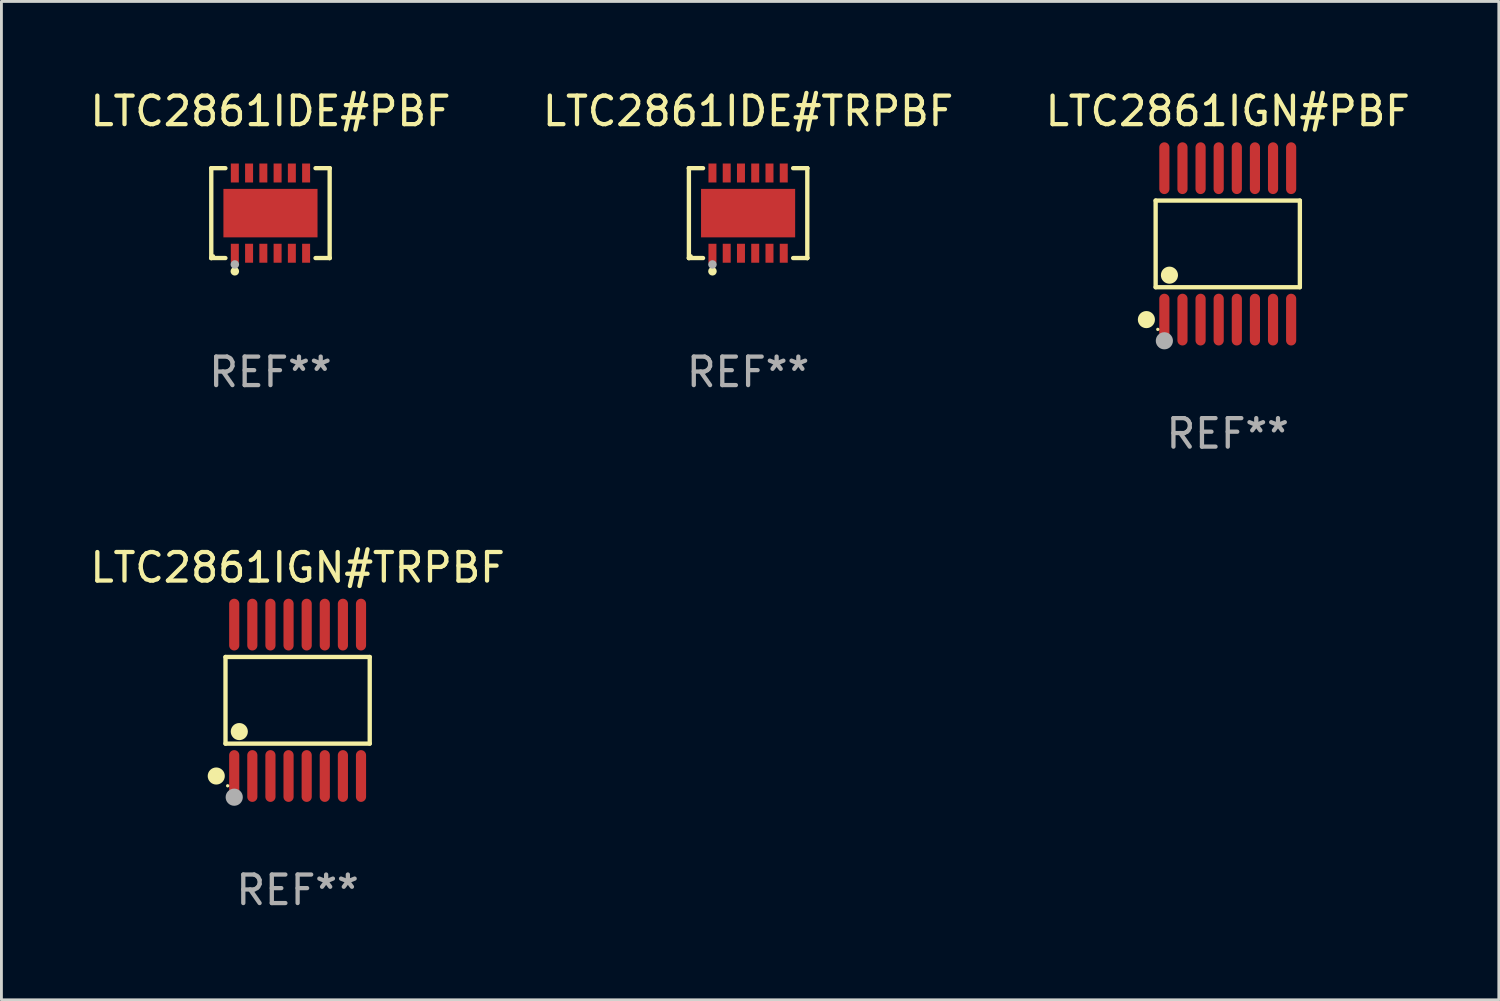
<source format=kicad_pcb>
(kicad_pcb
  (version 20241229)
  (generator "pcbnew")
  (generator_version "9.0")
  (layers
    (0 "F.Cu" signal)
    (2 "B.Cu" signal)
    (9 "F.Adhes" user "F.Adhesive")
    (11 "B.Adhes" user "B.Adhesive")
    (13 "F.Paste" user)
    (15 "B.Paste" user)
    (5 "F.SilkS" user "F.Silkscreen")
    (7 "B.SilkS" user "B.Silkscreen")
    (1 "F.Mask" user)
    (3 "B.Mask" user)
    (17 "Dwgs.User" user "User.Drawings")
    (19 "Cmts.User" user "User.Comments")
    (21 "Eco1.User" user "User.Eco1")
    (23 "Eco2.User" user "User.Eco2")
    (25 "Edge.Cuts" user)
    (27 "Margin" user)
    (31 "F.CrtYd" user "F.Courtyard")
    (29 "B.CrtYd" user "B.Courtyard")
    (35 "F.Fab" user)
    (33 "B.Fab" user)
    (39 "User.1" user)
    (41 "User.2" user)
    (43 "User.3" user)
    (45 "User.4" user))
  (footprint "LTC2861IGN#TRPBF"
    (layer "F.Cu")
    (at 7.387 21.509)
    (property "Reference" "LTC2861IGN#TRPBF" (at 0 -4.655 0) (layer "F.SilkS") (effects (font (size 1 1) (thickness 0.15))))
    (attr through_hole)
    (fp_line (start -2.529 -1.519) (end 2.529 -1.519) (stroke (width 0.152) (type solid)) (layer "F.SilkS"))
    (fp_line (start -2.529 1.519) (end -2.529 -1.519) (stroke (width 0.152) (type solid)) (layer "F.SilkS"))
    (fp_line (start 2.529 -1.519) (end 2.529 1.519) (stroke (width 0.152) (type solid)) (layer "F.SilkS"))
    (fp_line (start 2.529 1.519) (end -2.529 1.519) (stroke (width 0.152) (type solid)) (layer "F.SilkS"))
    (fp_circle (center -2.853 2.655) (end -2.703 2.655) (stroke (width 0.3) (type solid)) (fill no) (layer "F.SilkS"))
    (fp_circle (center -2.453 2.998) (end -2.423 2.998) (stroke (width 0.06) (type solid)) (fill no) (layer "F.SilkS"))
    (fp_circle (center -2.045 1.097) (end -1.895 1.097) (stroke (width 0.3) (type solid)) (fill no) (layer "F.SilkS"))
    (fp_circle (center -2.223 3.398) (end -2.072 3.398) (stroke (width 0.3) (type solid)) (fill no) (layer "F.Fab"))
    (fp_text user "REF**" (at 0 6.655 0) (layer "F.Fab") (effects (font (size 1 1) (thickness 0.15))))
    (pad "1" smd oval (at -2.223 2.655) (size 0.356 1.815) (layers "F.Cu" "F.Mask" "F.Paste"))
    (pad "2" smd oval (at -1.588 2.655) (size 0.356 1.815) (layers "F.Cu" "F.Mask" "F.Paste"))
    (pad "3" smd oval (at -0.953 2.655) (size 0.356 1.815) (layers "F.Cu" "F.Mask" "F.Paste"))
    (pad "4" smd oval (at -0.318 2.655) (size 0.356 1.815) (layers "F.Cu" "F.Mask" "F.Paste"))
    (pad "5" smd oval (at 0.318 2.655) (size 0.356 1.815) (layers "F.Cu" "F.Mask" "F.Paste"))
    (pad "6" smd oval (at 0.953 2.655) (size 0.356 1.815) (layers "F.Cu" "F.Mask" "F.Paste"))
    (pad "7" smd oval (at 1.588 2.655) (size 0.356 1.815) (layers "F.Cu" "F.Mask" "F.Paste"))
    (pad "8" smd oval (at 2.223 2.655) (size 0.356 1.815) (layers "F.Cu" "F.Mask" "F.Paste"))
    (pad "9" smd oval (at 2.223 -2.655) (size 0.356 1.815) (layers "F.Cu" "F.Mask" "F.Paste"))
    (pad "10" smd oval (at 1.588 -2.655) (size 0.356 1.815) (layers "F.Cu" "F.Mask" "F.Paste"))
    (pad "11" smd oval (at 0.953 -2.655) (size 0.356 1.815) (layers "F.Cu" "F.Mask" "F.Paste"))
    (pad "12" smd oval (at 0.318 -2.655) (size 0.356 1.815) (layers "F.Cu" "F.Mask" "F.Paste"))
    (pad "13" smd oval (at -0.318 -2.655) (size 0.356 1.815) (layers "F.Cu" "F.Mask" "F.Paste"))
    (pad "14" smd oval (at -0.953 -2.655) (size 0.356 1.815) (layers "F.Cu" "F.Mask" "F.Paste"))
    (pad "15" smd oval (at -1.588 -2.655) (size 0.356 1.815) (layers "F.Cu" "F.Mask" "F.Paste"))
    (pad "16" smd oval (at -2.223 -2.655) (size 0.356 1.815) (layers "F.Cu" "F.Mask" "F.Paste")))
  (footprint "LTC2861IGN#PBF"
    (layer "F.Cu")
    (at 40.006 5.503)
    (property "Reference" "LTC2861IGN#PBF" (at 0 -4.655 0) (layer "F.SilkS") (effects (font (size 1 1) (thickness 0.15))))
    (attr through_hole)
    (fp_line (start -2.529 -1.519) (end 2.529 -1.519) (stroke (width 0.152) (type solid)) (layer "F.SilkS"))
    (fp_line (start -2.529 1.519) (end -2.529 -1.519) (stroke (width 0.152) (type solid)) (layer "F.SilkS"))
    (fp_line (start 2.529 -1.519) (end 2.529 1.519) (stroke (width 0.152) (type solid)) (layer "F.SilkS"))
    (fp_line (start 2.529 1.519) (end -2.529 1.519) (stroke (width 0.152) (type solid)) (layer "F.SilkS"))
    (fp_circle (center -2.853 2.655) (end -2.703 2.655) (stroke (width 0.3) (type solid)) (fill no) (layer "F.SilkS"))
    (fp_circle (center -2.453 2.998) (end -2.423 2.998) (stroke (width 0.06) (type solid)) (fill no) (layer "F.SilkS"))
    (fp_circle (center -2.045 1.097) (end -1.895 1.097) (stroke (width 0.3) (type solid)) (fill no) (layer "F.SilkS"))
    (fp_circle (center -2.223 3.398) (end -2.072 3.398) (stroke (width 0.3) (type solid)) (fill no) (layer "F.Fab"))
    (fp_text user "REF**" (at 0 6.655 0) (layer "F.Fab") (effects (font (size 1 1) (thickness 0.15))))
    (pad "1" smd oval (at -2.223 2.655) (size 0.356 1.815) (layers "F.Cu" "F.Mask" "F.Paste"))
    (pad "2" smd oval (at -1.588 2.655) (size 0.356 1.815) (layers "F.Cu" "F.Mask" "F.Paste"))
    (pad "3" smd oval (at -0.953 2.655) (size 0.356 1.815) (layers "F.Cu" "F.Mask" "F.Paste"))
    (pad "4" smd oval (at -0.318 2.655) (size 0.356 1.815) (layers "F.Cu" "F.Mask" "F.Paste"))
    (pad "5" smd oval (at 0.318 2.655) (size 0.356 1.815) (layers "F.Cu" "F.Mask" "F.Paste"))
    (pad "6" smd oval (at 0.953 2.655) (size 0.356 1.815) (layers "F.Cu" "F.Mask" "F.Paste"))
    (pad "7" smd oval (at 1.588 2.655) (size 0.356 1.815) (layers "F.Cu" "F.Mask" "F.Paste"))
    (pad "8" smd oval (at 2.223 2.655) (size 0.356 1.815) (layers "F.Cu" "F.Mask" "F.Paste"))
    (pad "9" smd oval (at 2.223 -2.655) (size 0.356 1.815) (layers "F.Cu" "F.Mask" "F.Paste"))
    (pad "10" smd oval (at 1.588 -2.655) (size 0.356 1.815) (layers "F.Cu" "F.Mask" "F.Paste"))
    (pad "11" smd oval (at 0.953 -2.655) (size 0.356 1.815) (layers "F.Cu" "F.Mask" "F.Paste"))
    (pad "12" smd oval (at 0.318 -2.655) (size 0.356 1.815) (layers "F.Cu" "F.Mask" "F.Paste"))
    (pad "13" smd oval (at -0.318 -2.655) (size 0.356 1.815) (layers "F.Cu" "F.Mask" "F.Paste"))
    (pad "14" smd oval (at -0.953 -2.655) (size 0.356 1.815) (layers "F.Cu" "F.Mask" "F.Paste"))
    (pad "15" smd oval (at -1.588 -2.655) (size 0.356 1.815) (layers "F.Cu" "F.Mask" "F.Paste"))
    (pad "16" smd oval (at -2.223 -2.655) (size 0.356 1.815) (layers "F.Cu" "F.Mask" "F.Paste")))
  (footprint "LTC2861IDE#PBF"
    (layer "F.Cu")
    (at 6.435 4.424)
    (property "Reference" "LTC2861IDE#PBF" (at 0 -3.576 0) (layer "F.SilkS") (effects (font (size 1 1) (thickness 0.15))))
    (attr through_hole)
    (fp_line (start -2.076 -1.576) (end -2.076 -1.576) (stroke (width 0.152) (type solid)) (layer "F.SilkS"))
    (fp_line (start -2.076 -1.576) (end -1.58 -1.576) (stroke (width 0.152) (type solid)) (layer "F.SilkS"))
    (fp_line (start -2.076 1.576) (end -2.076 -1.576) (stroke (width 0.152) (type solid)) (layer "F.SilkS"))
    (fp_line (start -2.076 1.576) (end -2.076 1.576) (stroke (width 0.152) (type solid)) (layer "F.SilkS"))
    (fp_line (start -1.58 1.576) (end -2.076 1.576) (stroke (width 0.152) (type solid)) (layer "F.SilkS"))
    (fp_line (start 1.58 1.576) (end 2.076 1.576) (stroke (width 0.152) (type solid)) (layer "F.SilkS"))
    (fp_line (start 2.076 -1.576) (end 1.58 -1.576) (stroke (width 0.152) (type solid)) (layer "F.SilkS"))
    (fp_line (start 2.076 -1.576) (end 2.076 -1.576) (stroke (width 0.152) (type solid)) (layer "F.SilkS"))
    (fp_line (start 2.076 1.576) (end 2.076 -1.576) (stroke (width 0.152) (type solid)) (layer "F.SilkS"))
    (fp_line (start 2.076 1.576) (end 2.076 1.576) (stroke (width 0.152) (type solid)) (layer "F.SilkS"))
    (fp_circle (center -2 1.5) (end -1.97 1.5) (stroke (width 0.06) (type solid)) (fill no) (layer "F.SilkS"))
    (fp_circle (center -1.25 2.04) (end -1.175 2.04) (stroke (width 0.15) (type solid)) (fill no) (layer "F.SilkS"))
    (fp_circle (center -1.25 1.8) (end -1.175 1.8) (stroke (width 0.15) (type solid)) (fill no) (layer "F.Fab"))
    (fp_text user "REF**" (at 0 5.576 0) (layer "F.Fab") (effects (font (size 1 1) (thickness 0.15))))
    (pad "1" smd rect (at -1.25 1.407) (size 0.28 0.665) (layers "F.Cu" "F.Mask" "F.Paste"))
    (pad "2" smd rect (at -0.75 1.407) (size 0.28 0.665) (layers "F.Cu" "F.Mask" "F.Paste"))
    (pad "3" smd rect (at -0.25 1.407) (size 0.28 0.665) (layers "F.Cu" "F.Mask" "F.Paste"))
    (pad "4" smd rect (at 0.25 1.407) (size 0.28 0.665) (layers "F.Cu" "F.Mask" "F.Paste"))
    (pad "5" smd rect (at 0.75 1.407) (size 0.28 0.665) (layers "F.Cu" "F.Mask" "F.Paste"))
    (pad "6" smd rect (at 1.25 1.407) (size 0.28 0.665) (layers "F.Cu" "F.Mask" "F.Paste"))
    (pad "7" smd rect (at 1.25 -1.407) (size 0.28 0.665) (layers "F.Cu" "F.Mask" "F.Paste"))
    (pad "8" smd rect (at 0.75 -1.407) (size 0.28 0.665) (layers "F.Cu" "F.Mask" "F.Paste"))
    (pad "9" smd rect (at 0.25 -1.407) (size 0.28 0.665) (layers "F.Cu" "F.Mask" "F.Paste"))
    (pad "10" smd rect (at -0.25 -1.407) (size 0.28 0.665) (layers "F.Cu" "F.Mask" "F.Paste"))
    (pad "11" smd rect (at -0.75 -1.407) (size 0.28 0.665) (layers "F.Cu" "F.Mask" "F.Paste"))
    (pad "12" smd rect (at -1.25 -1.407) (size 0.28 0.665) (layers "F.Cu" "F.Mask" "F.Paste"))
    (pad "13" smd rect (at 0 0) (size 3.3 1.7) (layers "F.Cu" "F.Mask" "F.Paste")))
  (footprint "LTC2861IDE#TRPBF"
    (layer "F.Cu")
    (at 23.185 4.424)
    (property "Reference" "LTC2861IDE#TRPBF" (at 0 -3.576 0) (layer "F.SilkS") (effects (font (size 1 1) (thickness 0.15))))
    (attr through_hole)
    (fp_line (start -2.076 -1.576) (end -2.076 -1.576) (stroke (width 0.152) (type solid)) (layer "F.SilkS"))
    (fp_line (start -2.076 -1.576) (end -1.58 -1.576) (stroke (width 0.152) (type solid)) (layer "F.SilkS"))
    (fp_line (start -2.076 1.576) (end -2.076 -1.576) (stroke (width 0.152) (type solid)) (layer "F.SilkS"))
    (fp_line (start -2.076 1.576) (end -2.076 1.576) (stroke (width 0.152) (type solid)) (layer "F.SilkS"))
    (fp_line (start -1.58 1.576) (end -2.076 1.576) (stroke (width 0.152) (type solid)) (layer "F.SilkS"))
    (fp_line (start 1.58 1.576) (end 2.076 1.576) (stroke (width 0.152) (type solid)) (layer "F.SilkS"))
    (fp_line (start 2.076 -1.576) (end 1.58 -1.576) (stroke (width 0.152) (type solid)) (layer "F.SilkS"))
    (fp_line (start 2.076 -1.576) (end 2.076 -1.576) (stroke (width 0.152) (type solid)) (layer "F.SilkS"))
    (fp_line (start 2.076 1.576) (end 2.076 -1.576) (stroke (width 0.152) (type solid)) (layer "F.SilkS"))
    (fp_line (start 2.076 1.576) (end 2.076 1.576) (stroke (width 0.152) (type solid)) (layer "F.SilkS"))
    (fp_circle (center -2 1.5) (end -1.97 1.5) (stroke (width 0.06) (type solid)) (fill no) (layer "F.SilkS"))
    (fp_circle (center -1.25 2.04) (end -1.175 2.04) (stroke (width 0.15) (type solid)) (fill no) (layer "F.SilkS"))
    (fp_circle (center -1.25 1.8) (end -1.175 1.8) (stroke (width 0.15) (type solid)) (fill no) (layer "F.Fab"))
    (fp_text user "REF**" (at 0 5.576 0) (layer "F.Fab") (effects (font (size 1 1) (thickness 0.15))))
    (pad "1" smd rect (at -1.25 1.407) (size 0.28 0.665) (layers "F.Cu" "F.Mask" "F.Paste"))
    (pad "2" smd rect (at -0.75 1.407) (size 0.28 0.665) (layers "F.Cu" "F.Mask" "F.Paste"))
    (pad "3" smd rect (at -0.25 1.407) (size 0.28 0.665) (layers "F.Cu" "F.Mask" "F.Paste"))
    (pad "4" smd rect (at 0.25 1.407) (size 0.28 0.665) (layers "F.Cu" "F.Mask" "F.Paste"))
    (pad "5" smd rect (at 0.75 1.407) (size 0.28 0.665) (layers "F.Cu" "F.Mask" "F.Paste"))
    (pad "6" smd rect (at 1.25 1.407) (size 0.28 0.665) (layers "F.Cu" "F.Mask" "F.Paste"))
    (pad "7" smd rect (at 1.25 -1.407) (size 0.28 0.665) (layers "F.Cu" "F.Mask" "F.Paste"))
    (pad "8" smd rect (at 0.75 -1.407) (size 0.28 0.665) (layers "F.Cu" "F.Mask" "F.Paste"))
    (pad "9" smd rect (at 0.25 -1.407) (size 0.28 0.665) (layers "F.Cu" "F.Mask" "F.Paste"))
    (pad "10" smd rect (at -0.25 -1.407) (size 0.28 0.665) (layers "F.Cu" "F.Mask" "F.Paste"))
    (pad "11" smd rect (at -0.75 -1.407) (size 0.28 0.665) (layers "F.Cu" "F.Mask" "F.Paste"))
    (pad "12" smd rect (at -1.25 -1.407) (size 0.28 0.665) (layers "F.Cu" "F.Mask" "F.Paste"))
    (pad "13" smd rect (at 0 0) (size 3.3 1.7) (layers "F.Cu" "F.Mask" "F.Paste")))
  (gr_rect
    (start -3 -3)
    (end 49.512 32.012)
    (stroke (width 0.1) (type default))
    (fill no)
    (layer "Edge.Cuts")))
</source>
